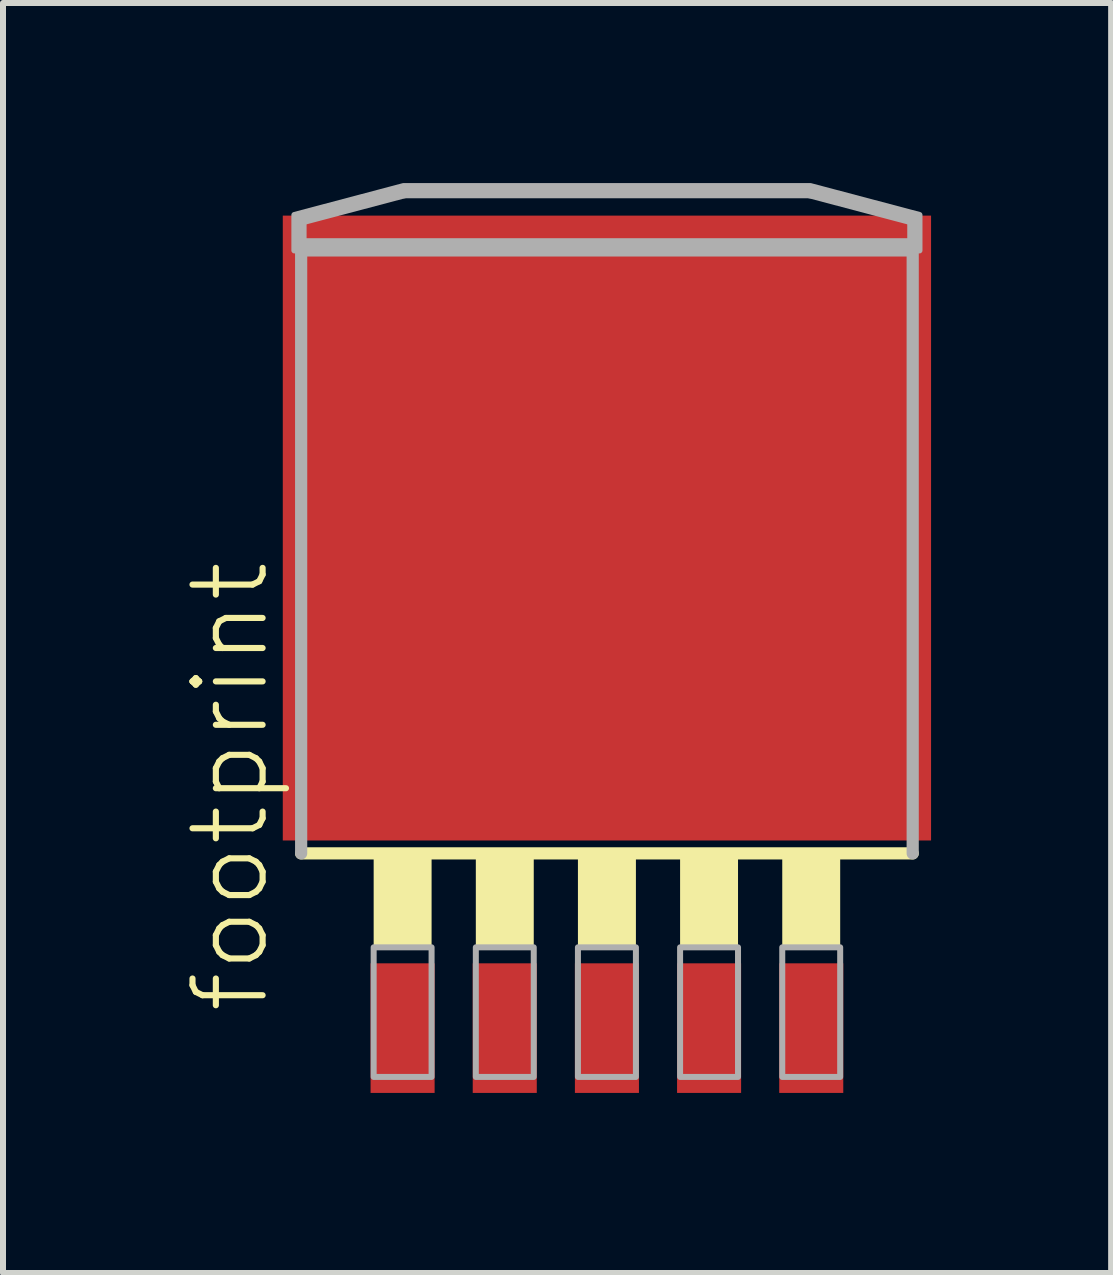
<source format=kicad_pcb>
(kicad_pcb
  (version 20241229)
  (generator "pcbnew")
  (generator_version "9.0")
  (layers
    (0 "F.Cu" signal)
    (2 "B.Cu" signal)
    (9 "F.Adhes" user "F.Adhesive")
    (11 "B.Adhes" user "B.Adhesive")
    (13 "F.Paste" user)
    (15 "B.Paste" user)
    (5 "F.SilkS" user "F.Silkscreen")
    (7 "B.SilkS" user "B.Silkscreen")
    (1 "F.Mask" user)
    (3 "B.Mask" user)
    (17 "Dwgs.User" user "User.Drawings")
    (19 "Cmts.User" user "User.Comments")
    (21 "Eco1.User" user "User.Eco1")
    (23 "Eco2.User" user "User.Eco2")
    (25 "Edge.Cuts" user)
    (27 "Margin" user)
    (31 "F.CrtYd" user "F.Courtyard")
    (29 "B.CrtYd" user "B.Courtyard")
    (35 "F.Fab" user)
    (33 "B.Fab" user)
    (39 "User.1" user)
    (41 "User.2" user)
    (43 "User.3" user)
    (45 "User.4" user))
  (footprint "footprint"
    (layer "F.Cu")
    (at 7.061 8.287)
    (property "Reference" "footprint" (at -5.588 5.588 90) (layer "F.SilkS") (effects (font (size 1.168 1.168) (thickness 0.102)) (justify left bottom)))
    (fp_line (start 5.094 2.88) (end -5.094 2.88) (stroke (width 0.203) (type solid)) (layer "F.SilkS"))
    (fp_poly (pts (xy -3.886 4.47) (xy -2.921 4.47) (xy -2.921 2.794) (xy -3.886 2.794)) (stroke (width 0) (type solid)) (fill yes) (layer "F.SilkS"))
    (fp_poly (pts (xy -2.184 4.47) (xy -1.219 4.47) (xy -1.219 2.794) (xy -2.184 2.794)) (stroke (width 0) (type solid)) (fill yes) (layer "F.SilkS"))
    (fp_poly (pts (xy -0.483 4.47) (xy 0.483 4.47) (xy 0.483 2.794) (xy -0.483 2.794)) (stroke (width 0) (type solid)) (fill yes) (layer "F.SilkS"))
    (fp_poly (pts (xy 1.219 4.47) (xy 2.184 4.47) (xy 2.184 2.794) (xy 1.219 2.794)) (stroke (width 0) (type solid)) (fill yes) (layer "F.SilkS"))
    (fp_poly (pts (xy 2.921 4.47) (xy 3.886 4.47) (xy 3.886 2.794) (xy 2.921 2.794)) (stroke (width 0) (type solid)) (fill yes) (layer "F.SilkS"))
    (fp_line (start -5.105 -7.678) (end -3.378 -8.135) (stroke (width 0.203) (type solid)) (layer "F.Fab"))
    (fp_line (start -5.105 -7.267) (end -5.105 -7.678) (stroke (width 0.203) (type solid)) (layer "F.Fab"))
    (fp_line (start -5.094 -7.165) (end 5.094 -7.165) (stroke (width 0.203) (type solid)) (layer "F.Fab"))
    (fp_line (start -5.094 2.88) (end -5.094 -7.165) (stroke (width 0.203) (type solid)) (layer "F.Fab"))
    (fp_line (start -3.378 -8.135) (end 3.378 -8.135) (stroke (width 0.203) (type solid)) (layer "F.Fab"))
    (fp_line (start 3.378 -8.135) (end 5.105 -7.678) (stroke (width 0.203) (type solid)) (layer "F.Fab"))
    (fp_line (start 5.094 -7.165) (end 5.094 2.88) (stroke (width 0.203) (type solid)) (layer "F.Fab"))
    (fp_line (start 5.105 -7.678) (end 5.105 -7.267) (stroke (width 0.203) (type solid)) (layer "F.Fab"))
    (fp_line (start 5.105 -7.267) (end -5.105 -7.267) (stroke (width 0.203) (type solid)) (layer "F.Fab"))
    (fp_poly (pts (xy -3.886 6.604) (xy -2.921 6.604) (xy -2.921 4.445) (xy -3.886 4.445)) (stroke (width 0.1) (type solid)) (fill no) (layer "F.Fab"))
    (fp_poly (pts (xy -2.184 6.604) (xy -1.219 6.604) (xy -1.219 4.445) (xy -2.184 4.445)) (stroke (width 0.1) (type solid)) (fill no) (layer "F.Fab"))
    (fp_poly (pts (xy -0.483 6.604) (xy 0.483 6.604) (xy 0.483 4.445) (xy -0.483 4.445)) (stroke (width 0.1) (type solid)) (fill no) (layer "F.Fab"))
    (fp_poly (pts (xy 1.219 6.604) (xy 2.184 6.604) (xy 2.184 4.445) (xy 1.219 4.445)) (stroke (width 0.1) (type solid)) (fill no) (layer "F.Fab"))
    (fp_poly (pts (xy 2.921 6.604) (xy 3.886 6.604) (xy 3.886 4.445) (xy 2.921 4.445)) (stroke (width 0.1) (type solid)) (fill no) (layer "F.Fab"))
    (fp_poly (pts (xy 5.207 -7.756) (xy 5.207 -7.165) (xy -5.207 -7.165) (xy -5.207 -7.756) (xy -3.391 -8.237) (xy 3.391 -8.237)) (stroke (width 0.1) (type solid)) (fill no) (layer "F.Fab"))
    (pad "1" smd rect (at -3.404 5.791) (size 1.067 2.159) (layers "F.Cu" "F.Mask" "F.Paste"))
    (pad "2" smd rect (at -1.702 5.791) (size 1.067 2.159) (layers "F.Cu" "F.Mask" "F.Paste"))
    (pad "3" smd rect (at 0 5.791) (size 1.067 2.159) (layers "F.Cu" "F.Mask" "F.Paste"))
    (pad "4" smd rect (at 1.702 5.791) (size 1.067 2.159) (layers "F.Cu" "F.Mask" "F.Paste"))
    (pad "5" smd rect (at 3.404 5.791) (size 1.067 2.159) (layers "F.Cu" "F.Mask" "F.Paste"))
    (pad "6" smd rect (at 0 -2.54) (size 10.8 10.41) (layers "F.Cu" "F.Mask" "F.Paste")))
  (gr_rect
    (start -3 -3)
    (end 15.461 18.158)
    (stroke (width 0.1) (type default))
    (fill no)
    (layer "Edge.Cuts")))
</source>
